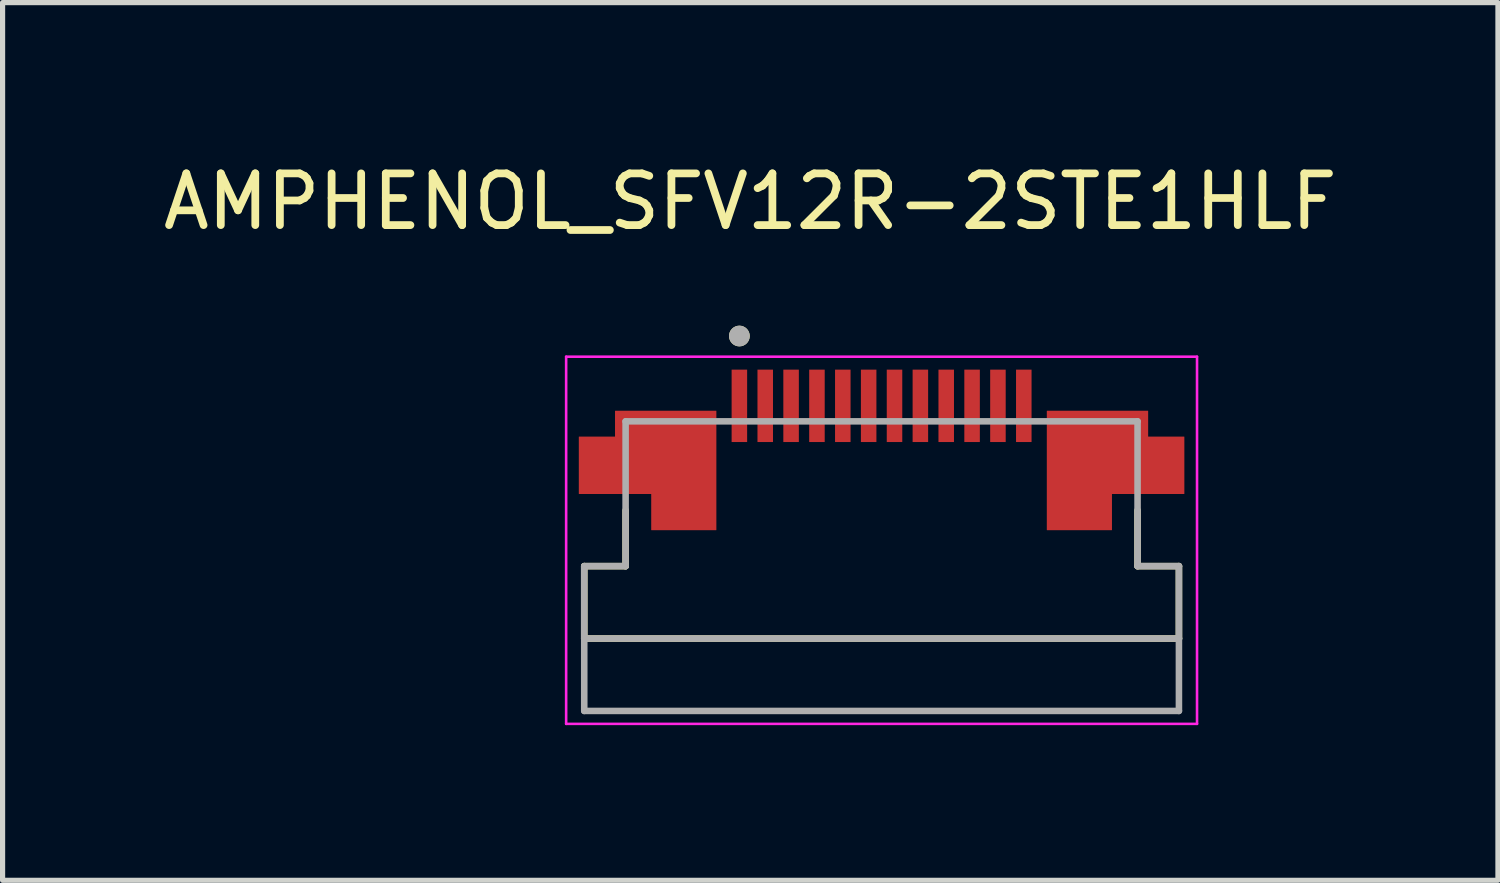
<source format=kicad_pcb>
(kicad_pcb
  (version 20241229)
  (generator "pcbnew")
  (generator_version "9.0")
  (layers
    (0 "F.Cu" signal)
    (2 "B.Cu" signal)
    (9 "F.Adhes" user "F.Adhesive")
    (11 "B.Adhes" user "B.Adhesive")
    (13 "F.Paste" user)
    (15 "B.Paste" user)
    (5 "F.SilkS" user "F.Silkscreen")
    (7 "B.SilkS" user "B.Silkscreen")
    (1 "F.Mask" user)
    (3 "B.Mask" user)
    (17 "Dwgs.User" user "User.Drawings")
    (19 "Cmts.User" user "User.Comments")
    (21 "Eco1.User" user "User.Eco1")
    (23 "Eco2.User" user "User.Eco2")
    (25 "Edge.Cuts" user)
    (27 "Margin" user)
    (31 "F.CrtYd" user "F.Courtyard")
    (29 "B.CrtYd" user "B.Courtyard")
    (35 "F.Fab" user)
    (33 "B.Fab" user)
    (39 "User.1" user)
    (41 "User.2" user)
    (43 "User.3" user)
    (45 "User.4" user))
  (footprint "AMPHENOL_SFV12R-2STE1HLF"
    (layer "F.Cu")
    (at 13.998 7.198)
    (property "Reference" "AMPHENOL_SFV12R-2STE1HLF" (at -2.54 -6.35 0) (layer "F.SilkS") (effects (font (size 1 1) (thickness 0.15))))
    (attr smd)
    (fp_poly (pts (xy -5.25 -2.4) (xy -3.1 -2.4) (xy -3.1 0.1) (xy -4.55 0.1) (xy -4.55 -0.6) (xy -5.95 -0.6) (xy -5.95 -1.9) (xy -5.25 -1.9)) (stroke (width 0.01) (type solid)) (fill yes) (layer "F.Mask"))
    (fp_poly (pts (xy 5.25 -2.4) (xy 3.1 -2.4) (xy 3.1 0.1) (xy 4.55 0.1) (xy 4.55 -0.6) (xy 5.95 -0.6) (xy 5.95 -1.9) (xy 5.25 -1.9)) (stroke (width 0.01) (type solid)) (fill yes) (layer "F.Mask"))
    (fp_line (start -5.75 0.7) (end -5.75 2.1) (stroke (width 0.127) (type solid)) (layer "F.SilkS"))
    (fp_line (start -5.75 2.1) (end 5.75 2.1) (stroke (width 0.127) (type solid)) (layer "F.SilkS"))
    (fp_line (start -4.95 -0.38) (end -4.95 0.7) (stroke (width 0.127) (type solid)) (layer "F.SilkS"))
    (fp_line (start -4.95 0.7) (end -5.75 0.7) (stroke (width 0.127) (type solid)) (layer "F.SilkS"))
    (fp_line (start 4.95 0.7) (end 4.95 -0.38) (stroke (width 0.127) (type solid)) (layer "F.SilkS"))
    (fp_line (start 5.75 0.7) (end 4.95 0.7) (stroke (width 0.127) (type solid)) (layer "F.SilkS"))
    (fp_line (start 5.75 2.1) (end 5.75 0.7) (stroke (width 0.127) (type solid)) (layer "F.SilkS"))
    (fp_circle (center -2.75 -3.75) (end -2.65 -3.75) (stroke (width 0.2) (type solid)) (fill no) (layer "F.SilkS"))
    (fp_poly (pts (xy -5.15 -2.3) (xy -3.2 -2.3) (xy -3.2 0) (xy -4.45 0) (xy -4.45 -0.7) (xy -5.85 -0.7) (xy -5.85 -1.8) (xy -5.15 -1.8)) (stroke (width 0.01) (type solid)) (fill yes) (layer "F.Paste"))
    (fp_poly (pts (xy 5.15 -2.3) (xy 3.2 -2.3) (xy 3.2 0) (xy 4.45 0) (xy 4.45 -0.7) (xy 5.85 -0.7) (xy 5.85 -1.8) (xy 5.15 -1.8)) (stroke (width 0.01) (type solid)) (fill yes) (layer "F.Paste"))
    (fp_line (start -6.1 -3.35) (end 6.1 -3.35) (stroke (width 0.05) (type solid)) (layer "F.CrtYd"))
    (fp_line (start -6.1 3.75) (end -6.1 -3.35) (stroke (width 0.05) (type solid)) (layer "F.CrtYd"))
    (fp_line (start 6.1 -3.35) (end 6.1 3.75) (stroke (width 0.05) (type solid)) (layer "F.CrtYd"))
    (fp_line (start 6.1 3.75) (end -6.1 3.75) (stroke (width 0.05) (type solid)) (layer "F.CrtYd"))
    (fp_line (start -5.75 0.7) (end -4.95 0.7) (stroke (width 0.127) (type solid)) (layer "F.Fab"))
    (fp_line (start -5.75 2.1) (end -5.75 0.7) (stroke (width 0.127) (type solid)) (layer "F.Fab"))
    (fp_line (start -5.75 3.5) (end -5.75 2.1) (stroke (width 0.127) (type solid)) (layer "F.Fab"))
    (fp_line (start -4.95 -2.1) (end 4.95 -2.1) (stroke (width 0.127) (type solid)) (layer "F.Fab"))
    (fp_line (start -4.95 0.7) (end -4.95 -2.1) (stroke (width 0.127) (type solid)) (layer "F.Fab"))
    (fp_line (start 4.95 -2.1) (end 4.95 0.7) (stroke (width 0.127) (type solid)) (layer "F.Fab"))
    (fp_line (start 4.95 0.7) (end 5.75 0.7) (stroke (width 0.127) (type solid)) (layer "F.Fab"))
    (fp_line (start 5.75 0.7) (end 5.75 2.1) (stroke (width 0.127) (type solid)) (layer "F.Fab"))
    (fp_line (start 5.75 2.1) (end -5.75 2.1) (stroke (width 0.127) (type solid)) (layer "F.Fab"))
    (fp_line (start 5.75 2.1) (end 5.75 3.5) (stroke (width 0.127) (type solid)) (layer "F.Fab"))
    (fp_line (start 5.75 3.5) (end -5.75 3.5) (stroke (width 0.127) (type solid)) (layer "F.Fab"))
    (fp_circle (center -2.75 -3.75) (end -2.65 -3.75) (stroke (width 0.2) (type solid)) (fill no) (layer "F.Fab"))
    (pad "1" smd rect (at -2.75 -2.4) (size 0.3 1.4) (layers "F.Cu" "F.Mask" "F.Paste"))
    (pad "2" smd rect (at -2.25 -2.4) (size 0.3 1.4) (layers "F.Cu" "F.Mask" "F.Paste"))
    (pad "3" smd rect (at -1.75 -2.4) (size 0.3 1.4) (layers "F.Cu" "F.Mask" "F.Paste"))
    (pad "4" smd rect (at -1.25 -2.4) (size 0.3 1.4) (layers "F.Cu" "F.Mask" "F.Paste"))
    (pad "5" smd rect (at -0.75 -2.4) (size 0.3 1.4) (layers "F.Cu" "F.Mask" "F.Paste"))
    (pad "6" smd rect (at -0.25 -2.4) (size 0.3 1.4) (layers "F.Cu" "F.Mask" "F.Paste"))
    (pad "7" smd rect (at 0.25 -2.4) (size 0.3 1.4) (layers "F.Cu" "F.Mask" "F.Paste"))
    (pad "8" smd rect (at 0.75 -2.4) (size 0.3 1.4) (layers "F.Cu" "F.Mask" "F.Paste"))
    (pad "9" smd rect (at 1.25 -2.4) (size 0.3 1.4) (layers "F.Cu" "F.Mask" "F.Paste"))
    (pad "10" smd rect (at 1.75 -2.4) (size 0.3 1.4) (layers "F.Cu" "F.Mask" "F.Paste"))
    (pad "11" smd rect (at 2.25 -2.4) (size 0.3 1.4) (layers "F.Cu" "F.Mask" "F.Paste"))
    (pad "12" smd rect (at 2.75 -2.4) (size 0.3 1.4) (layers "F.Cu" "F.Mask" "F.Paste"))
    (pad "S1" smd custom (at -4.12 -1.53) (size 1 1) (layers "F.Cu") (options (anchor rect)) (primitives (gr_poly (pts (xy -1.03 -0.77) (xy 0.92 -0.77) (xy 0.92 1.53) (xy -0.33 1.53) (xy -0.33 0.83) (xy -1.73 0.83) (xy -1.73 -0.27) (xy -1.03 -0.27)) (width 0.01) (fill yes))))
    (pad "S2" smd custom (at 4.12 -1.53) (size 1 1) (layers "F.Cu") (options (anchor rect)) (primitives (gr_poly (pts (xy 1.03 -0.77) (xy -0.92 -0.77) (xy -0.92 1.53) (xy 0.33 1.53) (xy 0.33 0.83) (xy 1.73 0.83) (xy 1.73 -0.27) (xy 1.03 -0.27)) (width 0.01) (fill yes)))))
  (gr_rect
    (start -3 -3)
    (end 25.917 13.973)
    (stroke (width 0.1) (type default))
    (fill no)
    (layer "Edge.Cuts")))
</source>
